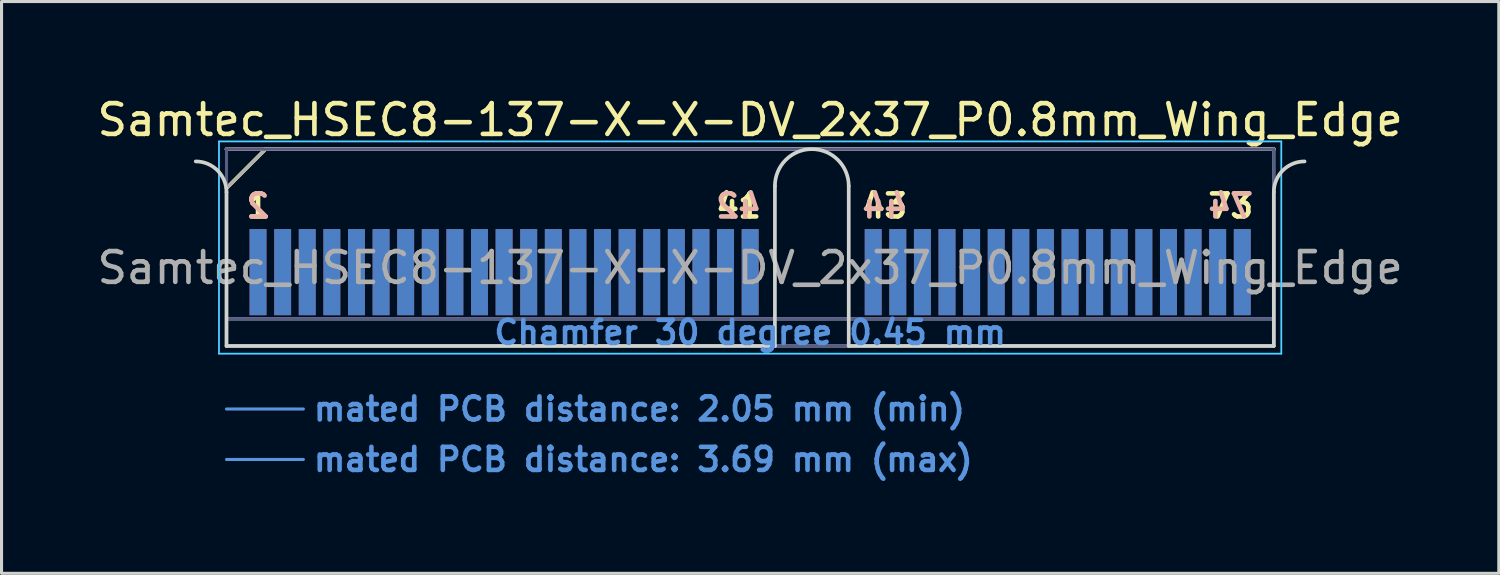
<source format=kicad_pcb>
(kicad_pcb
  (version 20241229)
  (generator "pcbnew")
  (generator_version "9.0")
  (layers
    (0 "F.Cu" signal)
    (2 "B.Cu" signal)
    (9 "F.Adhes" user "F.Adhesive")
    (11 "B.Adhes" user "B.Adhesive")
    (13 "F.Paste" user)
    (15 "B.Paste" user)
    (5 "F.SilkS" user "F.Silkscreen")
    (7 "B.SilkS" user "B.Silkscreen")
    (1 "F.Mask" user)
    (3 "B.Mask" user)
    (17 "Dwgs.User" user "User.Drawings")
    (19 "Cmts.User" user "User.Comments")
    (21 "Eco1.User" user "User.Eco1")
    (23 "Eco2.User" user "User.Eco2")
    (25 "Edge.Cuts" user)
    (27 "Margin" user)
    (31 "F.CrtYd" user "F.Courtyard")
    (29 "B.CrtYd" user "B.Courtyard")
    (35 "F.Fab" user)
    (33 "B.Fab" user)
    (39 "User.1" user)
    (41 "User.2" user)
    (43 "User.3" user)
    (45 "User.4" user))
  (footprint "Samtec_HSEC8-137-X-X-DV_2x37_P0.8mm_Wing_Edge"
    (layer "F.Cu")
    (at 21.339 8.198)
    (property "Reference" "Samtec_HSEC8-137-X-X-DV_2x37_P0.8mm_Wing_Edge" (at 0 -7.35 0) (layer "F.SilkS") (effects (font (size 1 1) (thickness 0.15))))
    (attr exclude_from_pos_files exclude_from_bom)
    (fp_line (start -17.025 -5.13) (end -15.755 -6.4) (stroke (width 0.12) (type solid)) (layer "F.SilkS"))
    (fp_line (start -15.755 -6.4) (end 17.025 -6.4) (stroke (width 0.12) (type solid)) (layer "F.SilkS"))
    (fp_line (start -17.025 -6.4) (end -17.025 -6.4) (stroke (width 0.12) (type solid)) (layer "B.SilkS"))
    (fp_line (start -17.025 -6.4) (end 17.025 -6.4) (stroke (width 0.12) (type solid)) (layer "B.SilkS"))
    (fp_line (start -17.025 2.05) (end -14.525 2.05) (stroke (width 0.1) (type solid)) (layer "Cmts.User"))
    (fp_line (start -17.025 3.69) (end -14.525 3.69) (stroke (width 0.1) (type solid)) (layer "Cmts.User"))
    (fp_line (start -17.025 -5) (end -17.025 0) (stroke (width 0.12) (type solid)) (layer "Edge.Cuts"))
    (fp_line (start -17.025 0) (end 0.805 0) (stroke (width 0.12) (type solid)) (layer "Edge.Cuts"))
    (fp_line (start 0.805 0) (end 0.805 -5.2) (stroke (width 0.12) (type solid)) (layer "Edge.Cuts"))
    (fp_line (start 3.205 -5.2) (end 3.205 0) (stroke (width 0.12) (type solid)) (layer "Edge.Cuts"))
    (fp_line (start 3.205 0) (end 17.025 0) (stroke (width 0.12) (type solid)) (layer "Edge.Cuts"))
    (fp_line (start 17.025 0) (end 17.025 -5) (stroke (width 0.12) (type solid)) (layer "Edge.Cuts"))
    (fp_arc (start -18.025 -6) (mid -17.317893 -5.707107) (end -17.025 -5) (stroke (width 0.12) (type solid)) (layer "Edge.Cuts"))
    (fp_arc (start 0.805 -5.2) (mid 2.005 -6.4) (end 3.205 -5.2) (stroke (width 0.12) (type solid)) (layer "Edge.Cuts"))
    (fp_arc (start 17.025 -5) (mid 17.317893 -5.707107) (end 18.025 -6) (stroke (width 0.12) (type solid)) (layer "Edge.Cuts"))
    (fp_line (start -17.27 -6.65) (end -17.27 0.25) (stroke (width 0.05) (type solid)) (layer "B.CrtYd"))
    (fp_line (start -17.27 0.25) (end 17.27 0.25) (stroke (width 0.05) (type solid)) (layer "B.CrtYd"))
    (fp_line (start 17.27 -6.65) (end -17.27 -6.65) (stroke (width 0.05) (type solid)) (layer "B.CrtYd"))
    (fp_line (start 17.27 0.25) (end 17.27 -6.65) (stroke (width 0.05) (type solid)) (layer "B.CrtYd"))
    (fp_line (start -17.27 -6.65) (end -17.27 0.25) (stroke (width 0.05) (type solid)) (layer "F.CrtYd"))
    (fp_line (start -17.27 0.25) (end 17.27 0.25) (stroke (width 0.05) (type solid)) (layer "F.CrtYd"))
    (fp_line (start 17.27 -6.65) (end -17.27 -6.65) (stroke (width 0.05) (type solid)) (layer "F.CrtYd"))
    (fp_line (start 17.27 0.25) (end 17.27 -6.65) (stroke (width 0.05) (type solid)) (layer "F.CrtYd"))
    (fp_line (start -17.025 -6.4) (end -17.025 -6.4) (stroke (width 0.1) (type solid)) (layer "B.Fab"))
    (fp_line (start -17.025 -6.4) (end -17.025 0) (stroke (width 0.1) (type solid)) (layer "B.Fab"))
    (fp_line (start -17.025 -6.4) (end 17.025 -6.4) (stroke (width 0.1) (type solid)) (layer "B.Fab"))
    (fp_line (start -17.025 -0.88) (end 17.025 -0.88) (stroke (width 0.1) (type solid)) (layer "B.Fab"))
    (fp_line (start -17.025 0) (end 17.025 0) (stroke (width 0.1) (type solid)) (layer "B.Fab"))
    (fp_line (start 17.025 -6.4) (end 17.025 0) (stroke (width 0.1) (type solid)) (layer "B.Fab"))
    (fp_line (start -17.025 -5.13) (end -17.025 0) (stroke (width 0.1) (type solid)) (layer "F.Fab"))
    (fp_line (start -17.025 -5.13) (end -15.755 -6.4) (stroke (width 0.1) (type solid)) (layer "F.Fab"))
    (fp_line (start -17.025 -0.88) (end 17.025 -0.88) (stroke (width 0.1) (type solid)) (layer "F.Fab"))
    (fp_line (start -17.025 0) (end 17.025 0) (stroke (width 0.1) (type solid)) (layer "F.Fab"))
    (fp_line (start -15.755 -6.4) (end 17.025 -6.4) (stroke (width 0.1) (type solid)) (layer "F.Fab"))
    (fp_line (start 17.025 -6.4) (end 17.025 0) (stroke (width 0.1) (type solid)) (layer "F.Fab"))
    (fp_text user "1" (at -16 -4.55 0) (layer "F.SilkS") (effects (font (size 0.75 0.75) (thickness 0.15))))
    (fp_text user "73" (at 15.625 -4.55 0) (layer "F.SilkS") (effects (font (size 0.75 0.75) (thickness 0.15))))
    (fp_text user "43" (at 4.375 -4.55 0) (layer "F.SilkS") (effects (font (size 0.75 0.75) (thickness 0.15))))
    (fp_text user "41" (at -0.375 -4.55 0) (layer "F.SilkS") (effects (font (size 0.75 0.75) (thickness 0.15))))
    (fp_text user "42" (at -0.375 -4.55 0) (layer "B.SilkS") (effects (font (size 0.75 0.75) (thickness 0.15)) (justify mirror)))
    (fp_text user "44" (at 4.375 -4.55 0) (layer "B.SilkS") (effects (font (size 0.75 0.75) (thickness 0.15)) (justify mirror)))
    (fp_text user "2" (at -16 -4.55 0) (layer "B.SilkS") (effects (font (size 0.75 0.75) (thickness 0.15)) (justify mirror)))
    (fp_text user "74" (at 15.625 -4.55 0) (layer "B.SilkS") (effects (font (size 0.75 0.75) (thickness 0.15)) (justify mirror)))
    (fp_text user "Chamfer 30 degree 0.45 mm" (at 0 -0.44 0) (layer "Cmts.User") (effects (font (size 0.75 0.75) (thickness 0.15))))
    (fp_text user "mated PCB distance: 2.05 mm (min)" (at -14.27 2.05 0) (layer "Cmts.User") (effects (font (size 0.75 0.75) (thickness 0.15)) (justify left)))
    (fp_text user "mated PCB distance: 3.69 mm (max)" (at -14.27 3.69 0) (layer "Cmts.User") (effects (font (size 0.75 0.75) (thickness 0.15)) (justify left)))
    (fp_text user "${REFERENCE}" (at 0 -2.54 0) (layer "F.Fab") (effects (font (size 1 1) (thickness 0.15))))
    (pad "1" connect rect (at -16 -2.4) (size 0.55 2.8) (layers "F.Cu" "F.Mask"))
    (pad "2" connect rect (at -16 -2.4) (size 0.55 2.8) (layers "B.Cu" "B.Mask"))
    (pad "3" connect rect (at -15.2 -2.4) (size 0.55 2.8) (layers "F.Cu" "F.Mask"))
    (pad "4" connect rect (at -15.2 -2.4) (size 0.55 2.8) (layers "B.Cu" "B.Mask"))
    (pad "5" connect rect (at -14.4 -2.4) (size 0.55 2.8) (layers "F.Cu" "F.Mask"))
    (pad "6" connect rect (at -14.4 -2.4) (size 0.55 2.8) (layers "B.Cu" "B.Mask"))
    (pad "7" connect rect (at -13.6 -2.4) (size 0.55 2.8) (layers "F.Cu" "F.Mask"))
    (pad "8" connect rect (at -13.6 -2.4) (size 0.55 2.8) (layers "B.Cu" "B.Mask"))
    (pad "9" connect rect (at -12.8 -2.4) (size 0.55 2.8) (layers "F.Cu" "F.Mask"))
    (pad "10" connect rect (at -12.8 -2.4) (size 0.55 2.8) (layers "B.Cu" "B.Mask"))
    (pad "11" connect rect (at -12 -2.4) (size 0.55 2.8) (layers "F.Cu" "F.Mask"))
    (pad "12" connect rect (at -12 -2.4) (size 0.55 2.8) (layers "B.Cu" "B.Mask"))
    (pad "13" connect rect (at -11.2 -2.4) (size 0.55 2.8) (layers "F.Cu" "F.Mask"))
    (pad "14" connect rect (at -11.2 -2.4) (size 0.55 2.8) (layers "B.Cu" "B.Mask"))
    (pad "15" connect rect (at -10.4 -2.4) (size 0.55 2.8) (layers "F.Cu" "F.Mask"))
    (pad "16" connect rect (at -10.4 -2.4) (size 0.55 2.8) (layers "B.Cu" "B.Mask"))
    (pad "17" connect rect (at -9.6 -2.4) (size 0.55 2.8) (layers "F.Cu" "F.Mask"))
    (pad "18" connect rect (at -9.6 -2.4) (size 0.55 2.8) (layers "B.Cu" "B.Mask"))
    (pad "19" connect rect (at -8.8 -2.4) (size 0.55 2.8) (layers "F.Cu" "F.Mask"))
    (pad "20" connect rect (at -8.8 -2.4) (size 0.55 2.8) (layers "B.Cu" "B.Mask"))
    (pad "21" connect rect (at -8 -2.4) (size 0.55 2.8) (layers "F.Cu" "F.Mask"))
    (pad "22" connect rect (at -8 -2.4) (size 0.55 2.8) (layers "B.Cu" "B.Mask"))
    (pad "23" connect rect (at -7.2 -2.4) (size 0.55 2.8) (layers "F.Cu" "F.Mask"))
    (pad "24" connect rect (at -7.2 -2.4) (size 0.55 2.8) (layers "B.Cu" "B.Mask"))
    (pad "25" connect rect (at -6.4 -2.4) (size 0.55 2.8) (layers "F.Cu" "F.Mask"))
    (pad "26" connect rect (at -6.4 -2.4) (size 0.55 2.8) (layers "B.Cu" "B.Mask"))
    (pad "27" connect rect (at -5.6 -2.4) (size 0.55 2.8) (layers "F.Cu" "F.Mask"))
    (pad "28" connect rect (at -5.6 -2.4) (size 0.55 2.8) (layers "B.Cu" "B.Mask"))
    (pad "29" connect rect (at -4.8 -2.4) (size 0.55 2.8) (layers "F.Cu" "F.Mask"))
    (pad "30" connect rect (at -4.8 -2.4) (size 0.55 2.8) (layers "B.Cu" "B.Mask"))
    (pad "31" connect rect (at -4 -2.4) (size 0.55 2.8) (layers "F.Cu" "F.Mask"))
    (pad "32" connect rect (at -4 -2.4) (size 0.55 2.8) (layers "B.Cu" "B.Mask"))
    (pad "33" connect rect (at -3.2 -2.4) (size 0.55 2.8) (layers "F.Cu" "F.Mask"))
    (pad "34" connect rect (at -3.2 -2.4) (size 0.55 2.8) (layers "B.Cu" "B.Mask"))
    (pad "35" connect rect (at -2.4 -2.4) (size 0.55 2.8) (layers "F.Cu" "F.Mask"))
    (pad "36" connect rect (at -2.4 -2.4) (size 0.55 2.8) (layers "B.Cu" "B.Mask"))
    (pad "37" connect rect (at -1.6 -2.4) (size 0.55 2.8) (layers "F.Cu" "F.Mask"))
    (pad "38" connect rect (at -1.6 -2.4) (size 0.55 2.8) (layers "B.Cu" "B.Mask"))
    (pad "39" connect rect (at -0.8 -2.4) (size 0.55 2.8) (layers "F.Cu" "F.Mask"))
    (pad "40" connect rect (at -0.8 -2.4) (size 0.55 2.8) (layers "B.Cu" "B.Mask"))
    (pad "41" connect rect (at 0 -2.4) (size 0.55 2.8) (layers "F.Cu" "F.Mask"))
    (pad "42" connect rect (at 0 -2.4) (size 0.55 2.8) (layers "B.Cu" "B.Mask"))
    (pad "43" connect rect (at 4 -2.4) (size 0.55 2.8) (layers "F.Cu" "F.Mask"))
    (pad "44" connect rect (at 4 -2.4) (size 0.55 2.8) (layers "B.Cu" "B.Mask"))
    (pad "45" connect rect (at 4.8 -2.4) (size 0.55 2.8) (layers "F.Cu" "F.Mask"))
    (pad "46" connect rect (at 4.8 -2.4) (size 0.55 2.8) (layers "B.Cu" "B.Mask"))
    (pad "47" connect rect (at 5.6 -2.4) (size 0.55 2.8) (layers "F.Cu" "F.Mask"))
    (pad "48" connect rect (at 5.6 -2.4) (size 0.55 2.8) (layers "B.Cu" "B.Mask"))
    (pad "49" connect rect (at 6.4 -2.4) (size 0.55 2.8) (layers "F.Cu" "F.Mask"))
    (pad "50" connect rect (at 6.4 -2.4) (size 0.55 2.8) (layers "B.Cu" "B.Mask"))
    (pad "51" connect rect (at 7.2 -2.4) (size 0.55 2.8) (layers "F.Cu" "F.Mask"))
    (pad "52" connect rect (at 7.2 -2.4) (size 0.55 2.8) (layers "B.Cu" "B.Mask"))
    (pad "53" connect rect (at 8 -2.4) (size 0.55 2.8) (layers "F.Cu" "F.Mask"))
    (pad "54" connect rect (at 8 -2.4) (size 0.55 2.8) (layers "B.Cu" "B.Mask"))
    (pad "55" connect rect (at 8.8 -2.4) (size 0.55 2.8) (layers "F.Cu" "F.Mask"))
    (pad "56" connect rect (at 8.8 -2.4) (size 0.55 2.8) (layers "B.Cu" "B.Mask"))
    (pad "57" connect rect (at 9.6 -2.4) (size 0.55 2.8) (layers "F.Cu" "F.Mask"))
    (pad "58" connect rect (at 9.6 -2.4) (size 0.55 2.8) (layers "B.Cu" "B.Mask"))
    (pad "59" connect rect (at 10.4 -2.4) (size 0.55 2.8) (layers "F.Cu" "F.Mask"))
    (pad "60" connect rect (at 10.4 -2.4) (size 0.55 2.8) (layers "B.Cu" "B.Mask"))
    (pad "61" connect rect (at 11.2 -2.4) (size 0.55 2.8) (layers "F.Cu" "F.Mask"))
    (pad "62" connect rect (at 11.2 -2.4) (size 0.55 2.8) (layers "B.Cu" "B.Mask"))
    (pad "63" connect rect (at 12 -2.4) (size 0.55 2.8) (layers "F.Cu" "F.Mask"))
    (pad "64" connect rect (at 12 -2.4) (size 0.55 2.8) (layers "B.Cu" "B.Mask"))
    (pad "65" connect rect (at 12.8 -2.4) (size 0.55 2.8) (layers "F.Cu" "F.Mask"))
    (pad "66" connect rect (at 12.8 -2.4) (size 0.55 2.8) (layers "B.Cu" "B.Mask"))
    (pad "67" connect rect (at 13.6 -2.4) (size 0.55 2.8) (layers "F.Cu" "F.Mask"))
    (pad "68" connect rect (at 13.6 -2.4) (size 0.55 2.8) (layers "B.Cu" "B.Mask"))
    (pad "69" connect rect (at 14.4 -2.4) (size 0.55 2.8) (layers "F.Cu" "F.Mask"))
    (pad "70" connect rect (at 14.4 -2.4) (size 0.55 2.8) (layers "B.Cu" "B.Mask"))
    (pad "71" connect rect (at 15.2 -2.4) (size 0.55 2.8) (layers "F.Cu" "F.Mask"))
    (pad "72" connect rect (at 15.2 -2.4) (size 0.55 2.8) (layers "B.Cu" "B.Mask"))
    (pad "73" connect rect (at 16 -2.4) (size 0.55 2.8) (layers "F.Cu" "F.Mask"))
    (pad "74" connect rect (at 16 -2.4) (size 0.55 2.8) (layers "B.Cu" "B.Mask")))
  (gr_rect
    (start -3 -3)
    (end 45.679 15.59)
    (stroke (width 0.1) (type default))
    (fill no)
    (layer "Edge.Cuts")))
</source>
